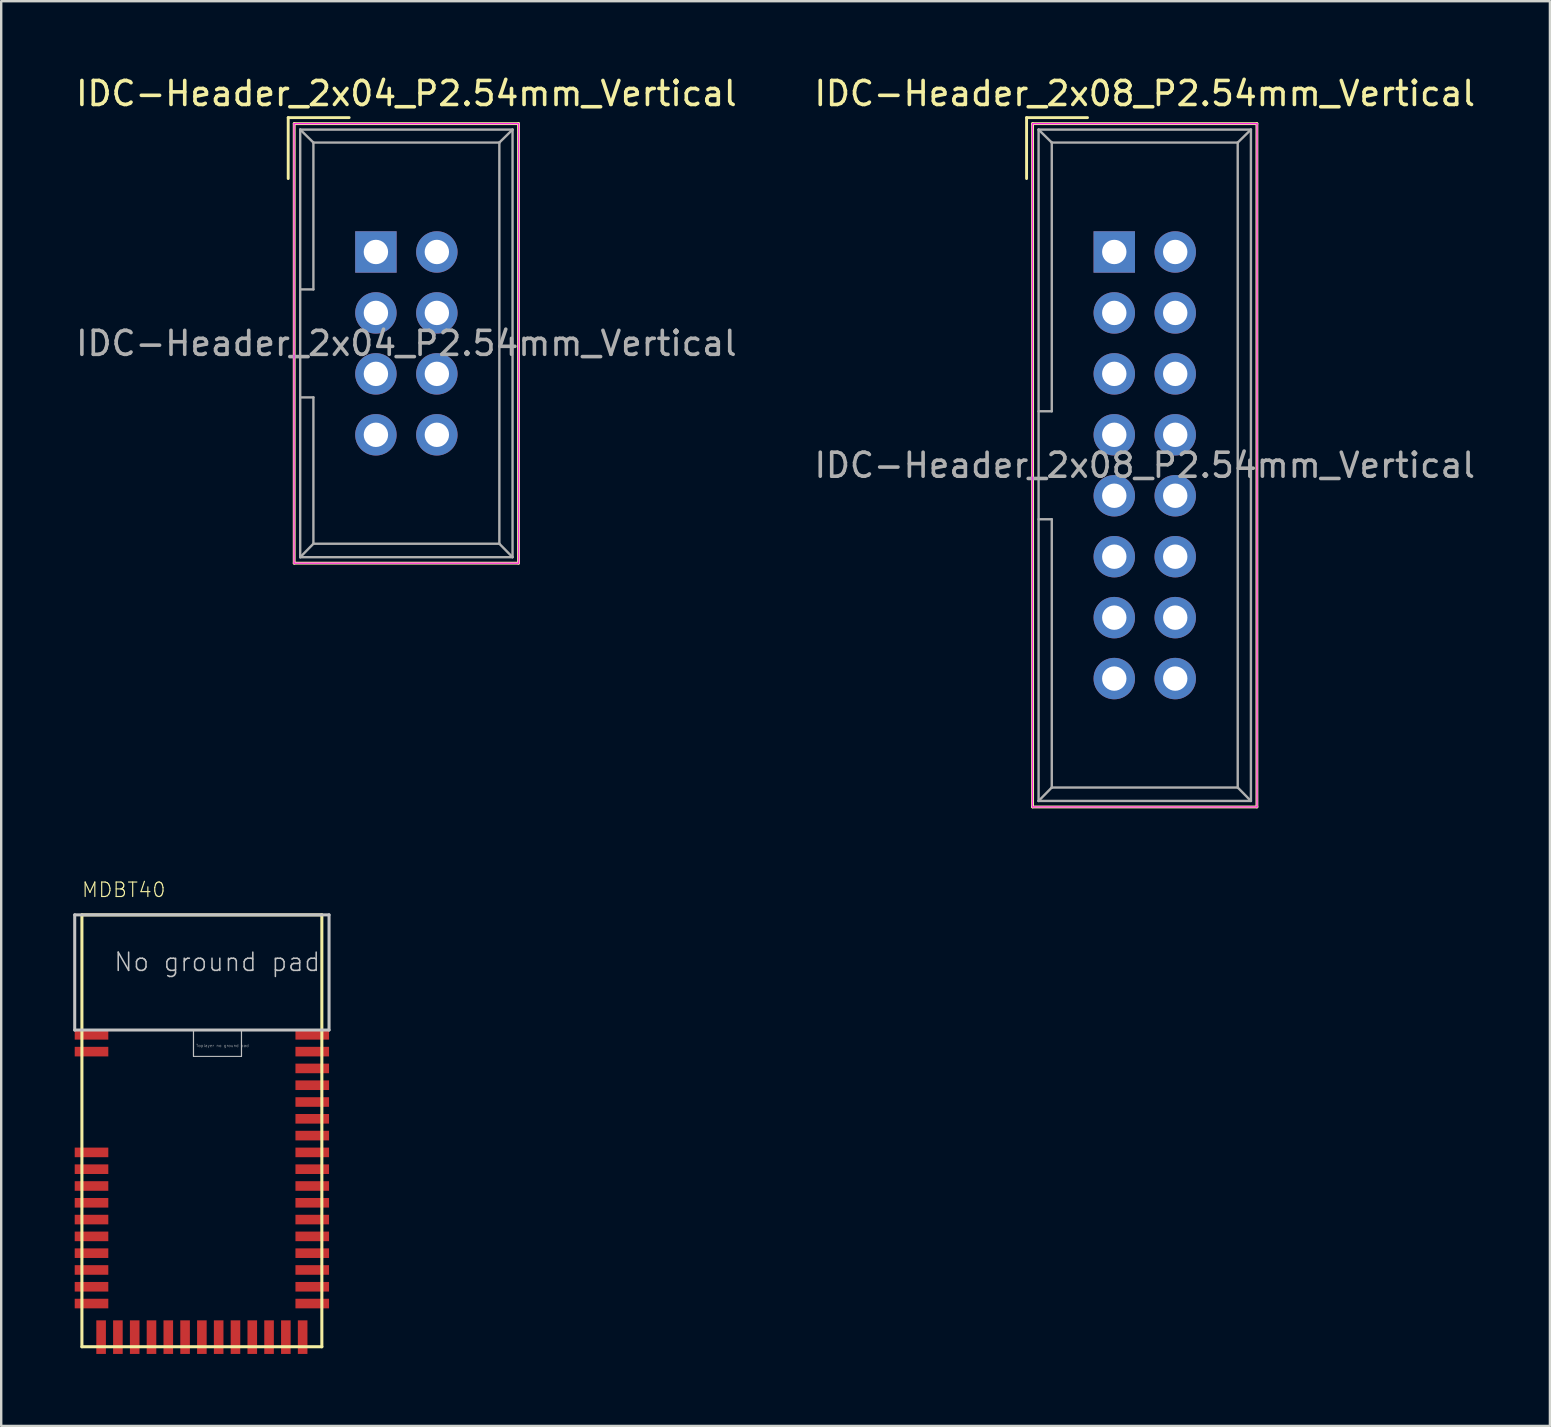
<source format=kicad_pcb>
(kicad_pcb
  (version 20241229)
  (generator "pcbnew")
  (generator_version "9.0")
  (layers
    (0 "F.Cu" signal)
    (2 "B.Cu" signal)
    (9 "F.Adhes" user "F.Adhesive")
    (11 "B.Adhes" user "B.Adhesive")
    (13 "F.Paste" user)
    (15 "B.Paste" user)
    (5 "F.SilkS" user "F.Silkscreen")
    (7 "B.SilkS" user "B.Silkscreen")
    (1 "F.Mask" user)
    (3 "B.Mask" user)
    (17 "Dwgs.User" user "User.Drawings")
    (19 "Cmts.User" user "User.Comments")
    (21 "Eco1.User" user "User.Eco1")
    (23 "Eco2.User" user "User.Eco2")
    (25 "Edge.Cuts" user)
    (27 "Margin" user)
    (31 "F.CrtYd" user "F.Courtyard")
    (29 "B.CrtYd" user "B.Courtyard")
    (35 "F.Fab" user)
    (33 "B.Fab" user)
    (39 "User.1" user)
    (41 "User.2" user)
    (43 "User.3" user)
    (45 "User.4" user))
  (footprint "IDC-Header_2x08_P2.54mm_Vertical"
    (layer "F.Cu")
    (at 43.391 7.452)
    (property "Reference" "IDC-Header_2x08_P2.54mm_Vertical" (at 1.27 -6.604 0) (layer "F.SilkS") (effects (font (size 1 1) (thickness 0.15))))
    (attr through_hole)
    (fp_line (start -3.655 -5.6) (end -3.655 -3.06) (stroke (width 0.12) (type solid)) (layer "F.SilkS"))
    (fp_line (start -3.655 -5.6) (end -1.115 -5.6) (stroke (width 0.12) (type solid)) (layer "F.SilkS"))
    (fp_line (start -3.405 -5.35) (end 5.945 -5.35) (stroke (width 0.12) (type solid)) (layer "F.SilkS"))
    (fp_line (start -3.405 23.13) (end -3.405 -5.35) (stroke (width 0.12) (type solid)) (layer "F.SilkS"))
    (fp_line (start 5.945 -5.35) (end 5.945 23.13) (stroke (width 0.12) (type solid)) (layer "F.SilkS"))
    (fp_line (start 5.945 23.13) (end -3.405 23.13) (stroke (width 0.12) (type solid)) (layer "F.SilkS"))
    (fp_line (start -3.41 -5.35) (end 5.95 -5.35) (stroke (width 0.05) (type solid)) (layer "F.CrtYd"))
    (fp_line (start -3.41 23.13) (end -3.41 -5.35) (stroke (width 0.05) (type solid)) (layer "F.CrtYd"))
    (fp_line (start 5.95 -5.35) (end 5.95 23.13) (stroke (width 0.05) (type solid)) (layer "F.CrtYd"))
    (fp_line (start 5.95 23.13) (end -3.41 23.13) (stroke (width 0.05) (type solid)) (layer "F.CrtYd"))
    (fp_line (start -3.155 -5.1) (end -3.155 22.88) (stroke (width 0.1) (type solid)) (layer "F.Fab"))
    (fp_line (start -3.155 -5.1) (end -2.605 -4.56) (stroke (width 0.1) (type solid)) (layer "F.Fab"))
    (fp_line (start -3.155 22.88) (end -2.605 22.32) (stroke (width 0.1) (type solid)) (layer "F.Fab"))
    (fp_line (start -2.605 -4.56) (end -2.605 6.64) (stroke (width 0.1) (type solid)) (layer "F.Fab"))
    (fp_line (start -2.605 6.64) (end -3.155 6.64) (stroke (width 0.1) (type solid)) (layer "F.Fab"))
    (fp_line (start -2.605 11.14) (end -3.155 11.14) (stroke (width 0.1) (type solid)) (layer "F.Fab"))
    (fp_line (start -2.605 11.14) (end -2.605 22.32) (stroke (width 0.1) (type solid)) (layer "F.Fab"))
    (fp_line (start 5.145 -4.56) (end -2.605 -4.56) (stroke (width 0.1) (type solid)) (layer "F.Fab"))
    (fp_line (start 5.145 -4.56) (end 5.145 22.32) (stroke (width 0.1) (type solid)) (layer "F.Fab"))
    (fp_line (start 5.145 22.32) (end -2.605 22.32) (stroke (width 0.1) (type solid)) (layer "F.Fab"))
    (fp_line (start 5.695 -5.1) (end -3.155 -5.1) (stroke (width 0.1) (type solid)) (layer "F.Fab"))
    (fp_line (start 5.695 -5.1) (end 5.145 -4.56) (stroke (width 0.1) (type solid)) (layer "F.Fab"))
    (fp_line (start 5.695 -5.1) (end 5.695 22.88) (stroke (width 0.1) (type solid)) (layer "F.Fab"))
    (fp_line (start 5.695 22.88) (end -3.155 22.88) (stroke (width 0.1) (type solid)) (layer "F.Fab"))
    (fp_line (start 5.695 22.88) (end 5.145 22.32) (stroke (width 0.1) (type solid)) (layer "F.Fab"))
    (fp_text user "${REFERENCE}" (at 1.27 8.89 0) (layer "F.Fab") (effects (font (size 1 1) (thickness 0.15))))
    (pad "1" thru_hole rect (at 0 0) (size 1.727 1.727) (drill 1.016) (layers "*.Cu" "*.Mask"))
    (pad "2" thru_hole oval (at 2.54 0) (size 1.727 1.727) (drill 1.016) (layers "*.Cu" "*.Mask"))
    (pad "3" thru_hole oval (at 0 2.54) (size 1.727 1.727) (drill 1.016) (layers "*.Cu" "*.Mask"))
    (pad "4" thru_hole oval (at 2.54 2.54) (size 1.727 1.727) (drill 1.016) (layers "*.Cu" "*.Mask"))
    (pad "5" thru_hole oval (at 0 5.08) (size 1.727 1.727) (drill 1.016) (layers "*.Cu" "*.Mask"))
    (pad "6" thru_hole oval (at 2.54 5.08) (size 1.727 1.727) (drill 1.016) (layers "*.Cu" "*.Mask"))
    (pad "7" thru_hole oval (at 0 7.62) (size 1.727 1.727) (drill 1.016) (layers "*.Cu" "*.Mask"))
    (pad "8" thru_hole oval (at 2.54 7.62) (size 1.727 1.727) (drill 1.016) (layers "*.Cu" "*.Mask"))
    (pad "9" thru_hole oval (at 0 10.16) (size 1.727 1.727) (drill 1.016) (layers "*.Cu" "*.Mask"))
    (pad "10" thru_hole oval (at 2.54 10.16) (size 1.727 1.727) (drill 1.016) (layers "*.Cu" "*.Mask"))
    (pad "11" thru_hole oval (at 0 12.7) (size 1.727 1.727) (drill 1.016) (layers "*.Cu" "*.Mask"))
    (pad "12" thru_hole oval (at 2.54 12.7) (size 1.727 1.727) (drill 1.016) (layers "*.Cu" "*.Mask"))
    (pad "13" thru_hole oval (at 0 15.24) (size 1.727 1.727) (drill 1.016) (layers "*.Cu" "*.Mask"))
    (pad "14" thru_hole oval (at 2.54 15.24) (size 1.727 1.727) (drill 1.016) (layers "*.Cu" "*.Mask"))
    (pad "15" thru_hole oval (at 0 17.78) (size 1.727 1.727) (drill 1.016) (layers "*.Cu" "*.Mask"))
    (pad "16" thru_hole oval (at 2.54 17.78) (size 1.727 1.727) (drill 1.016) (layers "*.Cu" "*.Mask")))
  (footprint "MDBT40"
    (layer "F.Cu")
    (at 5.364 44.08)
    (property "Reference" "MDBT40" (at -5.04 -9.69 0) (layer "F.SilkS") (effects (font (size 0.603 0.603) (thickness 0.048)) (justify left bottom)))
    (attr through_hole)
    (fp_line (start -5 -9) (end 5 -9) (stroke (width 0.127) (type solid)) (layer "F.SilkS"))
    (fp_line (start -5 9) (end -5 -9) (stroke (width 0.127) (type solid)) (layer "F.SilkS"))
    (fp_line (start -5 9) (end 5 9) (stroke (width 0.127) (type solid)) (layer "F.SilkS"))
    (fp_line (start 5 9) (end 5 -9) (stroke (width 0.127) (type solid)) (layer "F.SilkS"))
    (fp_line (start -5.3 -9) (end 5.3 -9) (stroke (width 0.127) (type solid)) (layer "Dwgs.User"))
    (fp_line (start -5.3 -4.2) (end -5.3 -9) (stroke (width 0.127) (type solid)) (layer "Dwgs.User"))
    (fp_line (start -5.3 -4.2) (end 5.3 -4.2) (stroke (width 0.127) (type solid)) (layer "Dwgs.User"))
    (fp_line (start -0.35 -3.1) (end -0.35 -4.2) (stroke (width 0.05) (type solid)) (layer "Dwgs.User"))
    (fp_line (start 1.65 -4.2) (end -0.35 -4.2) (stroke (width 0.05) (type solid)) (layer "Dwgs.User"))
    (fp_line (start 1.65 -4.2) (end 1.65 -3.1) (stroke (width 0.05) (type solid)) (layer "Dwgs.User"))
    (fp_line (start 1.65 -3.1) (end -0.35 -3.1) (stroke (width 0.045) (type solid)) (layer "Dwgs.User"))
    (fp_line (start 5.3 -9) (end 5.3 -4.2) (stroke (width 0.127) (type solid)) (layer "Dwgs.User"))
    (fp_text user "Toplayer no ground pad" (at -0.252 -3.478 0) (layer "Dwgs.User") (effects (font (size 0.121 0.121) (thickness 0.01)) (justify left bottom)))
    (fp_text user "No ground pad" (at -3.71 -6.59 0) (layer "Dwgs.User") (effects (font (size 0.76 0.76) (thickness 0.064)) (justify left bottom)))
    (pad "1" smd rect (at -4.6 -4) (size 1.4 0.4) (layers "F.Cu" "F.Mask" "F.Paste"))
    (pad "2" smd rect (at -4.6 -3.3) (size 1.4 0.4) (layers "F.Cu" "F.Mask" "F.Paste"))
    (pad "3" smd rect (at -4.6 0.9) (size 1.4 0.4) (layers "F.Cu" "F.Mask" "F.Paste"))
    (pad "4" smd rect (at -4.6 1.6) (size 1.4 0.4) (layers "F.Cu" "F.Mask" "F.Paste"))
    (pad "5" smd rect (at -4.6 2.3) (size 1.4 0.4) (layers "F.Cu" "F.Mask" "F.Paste"))
    (pad "6" smd rect (at -4.6 3) (size 1.4 0.4) (layers "F.Cu" "F.Mask" "F.Paste"))
    (pad "7" smd rect (at -4.6 3.7) (size 1.4 0.4) (layers "F.Cu" "F.Mask" "F.Paste"))
    (pad "8" smd rect (at -4.6 4.4) (size 1.4 0.4) (layers "F.Cu" "F.Mask" "F.Paste"))
    (pad "9" smd rect (at -4.6 5.1) (size 1.4 0.4) (layers "F.Cu" "F.Mask" "F.Paste"))
    (pad "10" smd rect (at -4.6 5.8) (size 1.4 0.4) (layers "F.Cu" "F.Mask" "F.Paste"))
    (pad "11" smd rect (at -4.6 6.5) (size 1.4 0.4) (layers "F.Cu" "F.Mask" "F.Paste"))
    (pad "12" smd rect (at -4.6 7.2) (size 1.4 0.4) (layers "F.Cu" "F.Mask" "F.Paste"))
    (pad "13" smd rect (at -4.2 8.6 90) (size 1.4 0.4) (layers "F.Cu" "F.Mask" "F.Paste"))
    (pad "14" smd rect (at -3.5 8.6 90) (size 1.4 0.4) (layers "F.Cu" "F.Mask" "F.Paste"))
    (pad "15" smd rect (at -2.8 8.6 90) (size 1.4 0.4) (layers "F.Cu" "F.Mask" "F.Paste"))
    (pad "16" smd rect (at -2.1 8.6 90) (size 1.4 0.4) (layers "F.Cu" "F.Mask" "F.Paste"))
    (pad "17" smd rect (at -1.4 8.6 90) (size 1.4 0.4) (layers "F.Cu" "F.Mask" "F.Paste"))
    (pad "18" smd rect (at -0.7 8.6 90) (size 1.4 0.4) (layers "F.Cu" "F.Mask" "F.Paste"))
    (pad "19" smd rect (at 0 8.6 90) (size 1.4 0.4) (layers "F.Cu" "F.Mask" "F.Paste"))
    (pad "20" smd rect (at 0.7 8.6 90) (size 1.4 0.4) (layers "F.Cu" "F.Mask" "F.Paste"))
    (pad "21" smd rect (at 1.4 8.6 90) (size 1.4 0.4) (layers "F.Cu" "F.Mask" "F.Paste"))
    (pad "22" smd rect (at 2.1 8.6 90) (size 1.4 0.4) (layers "F.Cu" "F.Mask" "F.Paste"))
    (pad "23" smd rect (at 2.8 8.6 90) (size 1.4 0.4) (layers "F.Cu" "F.Mask" "F.Paste"))
    (pad "24" smd rect (at 3.5 8.6 90) (size 1.4 0.4) (layers "F.Cu" "F.Mask" "F.Paste"))
    (pad "25" smd rect (at 4.2 8.6 90) (size 1.4 0.4) (layers "F.Cu" "F.Mask" "F.Paste"))
    (pad "26" smd rect (at 4.6 7.2) (size 1.4 0.4) (layers "F.Cu" "F.Mask" "F.Paste"))
    (pad "27" smd rect (at 4.6 6.5) (size 1.4 0.4) (layers "F.Cu" "F.Mask" "F.Paste"))
    (pad "28" smd rect (at 4.6 5.8) (size 1.4 0.4) (layers "F.Cu" "F.Mask" "F.Paste"))
    (pad "29" smd rect (at 4.6 5.1) (size 1.4 0.4) (layers "F.Cu" "F.Mask" "F.Paste"))
    (pad "30" smd rect (at 4.6 4.4) (size 1.4 0.4) (layers "F.Cu" "F.Mask" "F.Paste"))
    (pad "31" smd rect (at 4.6 3.7) (size 1.4 0.4) (layers "F.Cu" "F.Mask" "F.Paste"))
    (pad "32" smd rect (at 4.6 3) (size 1.4 0.4) (layers "F.Cu" "F.Mask" "F.Paste"))
    (pad "33" smd rect (at 4.6 2.3) (size 1.4 0.4) (layers "F.Cu" "F.Mask" "F.Paste"))
    (pad "34" smd rect (at 4.6 1.6) (size 1.4 0.4) (layers "F.Cu" "F.Mask" "F.Paste"))
    (pad "35" smd rect (at 4.6 0.9) (size 1.4 0.4) (layers "F.Cu" "F.Mask" "F.Paste"))
    (pad "36" smd rect (at 4.6 0.2) (size 1.4 0.4) (layers "F.Cu" "F.Mask" "F.Paste"))
    (pad "37" smd rect (at 4.6 -0.5) (size 1.4 0.4) (layers "F.Cu" "F.Mask" "F.Paste"))
    (pad "38" smd rect (at 4.6 -1.2) (size 1.4 0.4) (layers "F.Cu" "F.Mask" "F.Paste"))
    (pad "39" smd rect (at 4.6 -1.9) (size 1.4 0.4) (layers "F.Cu" "F.Mask" "F.Paste"))
    (pad "40" smd rect (at 4.6 -2.6) (size 1.4 0.4) (layers "F.Cu" "F.Mask" "F.Paste"))
    (pad "41" smd rect (at 4.6 -3.3) (size 1.4 0.4) (layers "F.Cu" "F.Mask" "F.Paste"))
    (pad "42" smd rect (at 4.6 -4) (size 1.4 0.4) (layers "F.Cu" "F.Mask" "F.Paste")))
  (footprint "IDC-Header_2x04_P2.54mm_Vertical"
    (layer "F.Cu")
    (at 12.617 7.452)
    (property "Reference" "IDC-Header_2x04_P2.54mm_Vertical" (at 1.27 -6.604 0) (layer "F.SilkS") (effects (font (size 1 1) (thickness 0.15))))
    (attr through_hole)
    (fp_line (start -3.655 -5.6) (end -3.655 -3.06) (stroke (width 0.12) (type solid)) (layer "F.SilkS"))
    (fp_line (start -3.655 -5.6) (end -1.115 -5.6) (stroke (width 0.12) (type solid)) (layer "F.SilkS"))
    (fp_line (start -3.405 -5.35) (end 5.945 -5.35) (stroke (width 0.12) (type solid)) (layer "F.SilkS"))
    (fp_line (start -3.405 12.97) (end -3.405 -5.35) (stroke (width 0.12) (type solid)) (layer "F.SilkS"))
    (fp_line (start 5.945 -5.35) (end 5.945 12.97) (stroke (width 0.12) (type solid)) (layer "F.SilkS"))
    (fp_line (start 5.945 12.97) (end -3.405 12.97) (stroke (width 0.12) (type solid)) (layer "F.SilkS"))
    (fp_line (start -3.41 -5.35) (end 5.95 -5.35) (stroke (width 0.05) (type solid)) (layer "F.CrtYd"))
    (fp_line (start -3.41 12.97) (end -3.41 -5.35) (stroke (width 0.05) (type solid)) (layer "F.CrtYd"))
    (fp_line (start 5.95 -5.35) (end 5.95 12.97) (stroke (width 0.05) (type solid)) (layer "F.CrtYd"))
    (fp_line (start 5.95 12.97) (end -3.41 12.97) (stroke (width 0.05) (type solid)) (layer "F.CrtYd"))
    (fp_line (start -3.155 -5.1) (end -3.155 12.72) (stroke (width 0.1) (type solid)) (layer "F.Fab"))
    (fp_line (start -3.155 -5.1) (end -2.605 -4.56) (stroke (width 0.1) (type solid)) (layer "F.Fab"))
    (fp_line (start -3.155 12.72) (end -2.605 12.16) (stroke (width 0.1) (type solid)) (layer "F.Fab"))
    (fp_line (start -2.605 -4.56) (end -2.605 1.56) (stroke (width 0.1) (type solid)) (layer "F.Fab"))
    (fp_line (start -2.605 1.56) (end -3.155 1.56) (stroke (width 0.1) (type solid)) (layer "F.Fab"))
    (fp_line (start -2.605 6.06) (end -3.155 6.06) (stroke (width 0.1) (type solid)) (layer "F.Fab"))
    (fp_line (start -2.605 6.06) (end -2.605 12.16) (stroke (width 0.1) (type solid)) (layer "F.Fab"))
    (fp_line (start 5.145 -4.56) (end -2.605 -4.56) (stroke (width 0.1) (type solid)) (layer "F.Fab"))
    (fp_line (start 5.145 -4.56) (end 5.145 12.16) (stroke (width 0.1) (type solid)) (layer "F.Fab"))
    (fp_line (start 5.145 12.16) (end -2.605 12.16) (stroke (width 0.1) (type solid)) (layer "F.Fab"))
    (fp_line (start 5.695 -5.1) (end -3.155 -5.1) (stroke (width 0.1) (type solid)) (layer "F.Fab"))
    (fp_line (start 5.695 -5.1) (end 5.145 -4.56) (stroke (width 0.1) (type solid)) (layer "F.Fab"))
    (fp_line (start 5.695 -5.1) (end 5.695 12.72) (stroke (width 0.1) (type solid)) (layer "F.Fab"))
    (fp_line (start 5.695 12.72) (end -3.155 12.72) (stroke (width 0.1) (type solid)) (layer "F.Fab"))
    (fp_line (start 5.695 12.72) (end 5.145 12.16) (stroke (width 0.1) (type solid)) (layer "F.Fab"))
    (fp_text user "${REFERENCE}" (at 1.27 3.81 0) (layer "F.Fab") (effects (font (size 1 1) (thickness 0.15))))
    (pad "1" thru_hole rect (at 0 0) (size 1.727 1.727) (drill 1.016) (layers "*.Cu" "*.Mask"))
    (pad "2" thru_hole oval (at 2.54 0) (size 1.727 1.727) (drill 1.016) (layers "*.Cu" "*.Mask"))
    (pad "3" thru_hole oval (at 0 2.54) (size 1.727 1.727) (drill 1.016) (layers "*.Cu" "*.Mask"))
    (pad "4" thru_hole oval (at 2.54 2.54) (size 1.727 1.727) (drill 1.016) (layers "*.Cu" "*.Mask"))
    (pad "5" thru_hole oval (at 0 5.08) (size 1.727 1.727) (drill 1.016) (layers "*.Cu" "*.Mask"))
    (pad "6" thru_hole oval (at 2.54 5.08) (size 1.727 1.727) (drill 1.016) (layers "*.Cu" "*.Mask"))
    (pad "7" thru_hole oval (at 0 7.62) (size 1.727 1.727) (drill 1.016) (layers "*.Cu" "*.Mask"))
    (pad "8" thru_hole oval (at 2.54 7.62) (size 1.727 1.727) (drill 1.016) (layers "*.Cu" "*.Mask")))
  (gr_rect
    (start -3 -3)
    (end 61.548 56.38)
    (stroke (width 0.1) (type default))
    (fill no)
    (layer "Edge.Cuts")))
</source>
